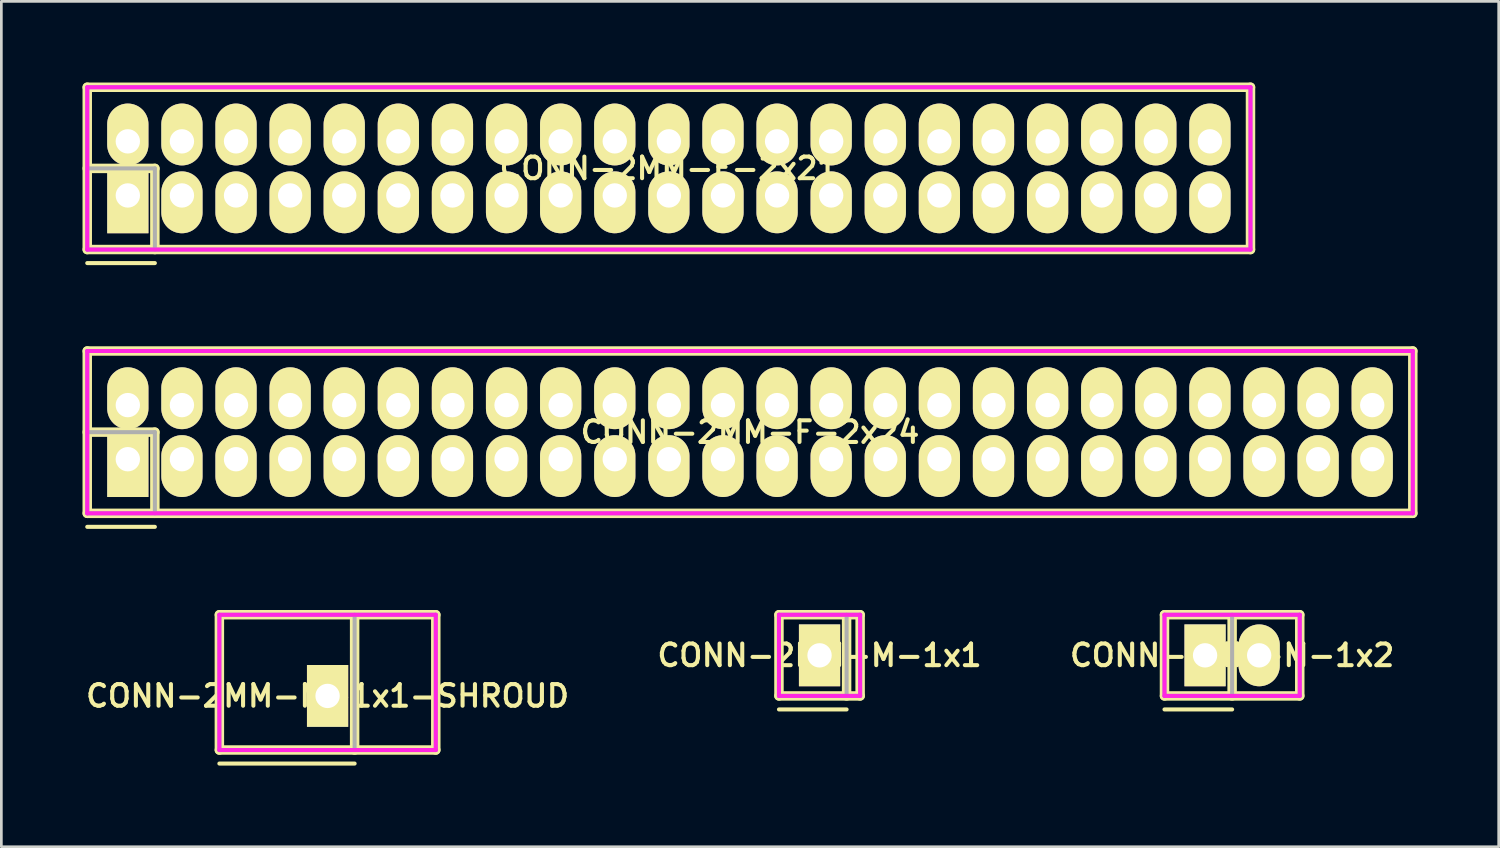
<source format=kicad_pcb>
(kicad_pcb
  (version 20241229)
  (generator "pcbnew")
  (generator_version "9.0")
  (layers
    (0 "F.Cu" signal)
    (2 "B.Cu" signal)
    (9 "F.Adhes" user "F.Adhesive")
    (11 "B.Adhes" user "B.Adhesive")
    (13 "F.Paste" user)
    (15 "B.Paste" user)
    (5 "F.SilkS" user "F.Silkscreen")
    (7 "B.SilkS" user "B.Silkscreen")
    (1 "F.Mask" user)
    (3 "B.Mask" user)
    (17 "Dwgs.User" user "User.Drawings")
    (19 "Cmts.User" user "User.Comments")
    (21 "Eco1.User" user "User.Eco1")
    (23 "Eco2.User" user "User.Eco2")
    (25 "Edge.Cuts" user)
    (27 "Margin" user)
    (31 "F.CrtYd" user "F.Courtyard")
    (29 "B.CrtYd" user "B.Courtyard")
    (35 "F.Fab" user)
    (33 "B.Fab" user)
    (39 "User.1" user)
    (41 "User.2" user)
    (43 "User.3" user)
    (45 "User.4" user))
  (footprint "CONN-2MM-M-1x1-SHROUD"
    (layer "F.Cu")
    (at 9.059 22.675)
    (property "Reference" "CONN-2MM-M-1x1-SHROUD" (at 0 0 0) (layer "F.SilkS") (effects (font (size 0.8 0.8) (thickness 0.15))))
    (attr through_hole)
    (fp_line (start -4 -3) (end 4 -3) (stroke (width 0.35) (type solid)) (layer "F.SilkS"))
    (fp_line (start -4 2) (end -4 -3) (stroke (width 0.35) (type solid)) (layer "F.SilkS"))
    (fp_line (start -4 2.5) (end 1 2.5) (stroke (width 0.15) (type solid)) (layer "F.SilkS"))
    (fp_line (start 1 -3) (end 1 2) (stroke (width 0.35) (type solid)) (layer "F.SilkS"))
    (fp_line (start 4 -3) (end 4 2) (stroke (width 0.35) (type solid)) (layer "F.SilkS"))
    (fp_line (start 4 2) (end -4 2) (stroke (width 0.35) (type solid)) (layer "F.SilkS"))
    (fp_line (start -4 -3) (end 4 -3) (stroke (width 0.15) (type solid)) (layer "F.CrtYd"))
    (fp_line (start -4 2) (end -4 -3) (stroke (width 0.15) (type solid)) (layer "F.CrtYd"))
    (fp_line (start 4 -3) (end 4 2) (stroke (width 0.15) (type solid)) (layer "F.CrtYd"))
    (fp_line (start 4 2) (end -4 2) (stroke (width 0.15) (type solid)) (layer "F.CrtYd"))
    (fp_line (start -4 -3) (end 4 -3) (stroke (width 0.15) (type solid)) (layer "F.Fab"))
    (fp_line (start -4 2) (end -4 -3) (stroke (width 0.15) (type solid)) (layer "F.Fab"))
    (fp_line (start 1 -3) (end 1 2) (stroke (width 0.15) (type solid)) (layer "F.Fab"))
    (fp_line (start 4 -3) (end 4 2) (stroke (width 0.15) (type solid)) (layer "F.Fab"))
    (fp_line (start 4 2) (end -4 2) (stroke (width 0.15) (type solid)) (layer "F.Fab"))
    (pad "1" thru_hole rect (at 0 0) (size 1.524 2.286) (drill 0.9) (layers "*.Cu" "*.Mask" "F.SilkS")))
  (footprint "CONN-2MM-M-1x1"
    (layer "F.Cu")
    (at 27.245 21.175)
    (property "Reference" "CONN-2MM-M-1x1" (at 0 0 0) (layer "F.SilkS") (effects (font (size 0.8 0.8) (thickness 0.15))))
    (attr through_hole)
    (fp_line (start -1.5 -1.5) (end 1.5 -1.5) (stroke (width 0.35) (type solid)) (layer "F.SilkS"))
    (fp_line (start -1.5 1.5) (end -1.5 -1.5) (stroke (width 0.35) (type solid)) (layer "F.SilkS"))
    (fp_line (start -1.5 2) (end 1 2) (stroke (width 0.15) (type solid)) (layer "F.SilkS"))
    (fp_line (start 1 -1.5) (end 1 1.5) (stroke (width 0.35) (type solid)) (layer "F.SilkS"))
    (fp_line (start 1.5 -1.5) (end 1.5 1.5) (stroke (width 0.35) (type solid)) (layer "F.SilkS"))
    (fp_line (start 1.5 1.5) (end -1.5 1.5) (stroke (width 0.35) (type solid)) (layer "F.SilkS"))
    (fp_line (start -1.5 -1.5) (end 1.5 -1.5) (stroke (width 0.15) (type solid)) (layer "F.CrtYd"))
    (fp_line (start -1.5 1.5) (end -1.5 -1.5) (stroke (width 0.15) (type solid)) (layer "F.CrtYd"))
    (fp_line (start 1.5 -1.5) (end 1.5 1.5) (stroke (width 0.15) (type solid)) (layer "F.CrtYd"))
    (fp_line (start 1.5 1.5) (end -1.5 1.5) (stroke (width 0.15) (type solid)) (layer "F.CrtYd"))
    (fp_line (start -1.5 -1.5) (end 1.5 -1.5) (stroke (width 0.15) (type solid)) (layer "F.Fab"))
    (fp_line (start -1.5 1.5) (end -1.5 -1.5) (stroke (width 0.15) (type solid)) (layer "F.Fab"))
    (fp_line (start 1 -1.5) (end 1 1.5) (stroke (width 0.15) (type solid)) (layer "F.Fab"))
    (fp_line (start 1.5 -1.5) (end 1.5 1.5) (stroke (width 0.15) (type solid)) (layer "F.Fab"))
    (fp_line (start 1.5 1.5) (end -1.5 1.5) (stroke (width 0.15) (type solid)) (layer "F.Fab"))
    (pad "1" thru_hole rect (at 0 0) (size 1.524 2.286) (drill 0.9) (layers "*.Cu" "*.Mask" "F.SilkS")))
  (footprint "CONN-2MM-F-2x21"
    (layer "F.Cu")
    (at 21.675 3.175)
    (property "Reference" "CONN-2MM-F-2x21" (at 0 0 0) (layer "F.SilkS") (effects (font (size 0.8 0.8) (thickness 0.15))))
    (attr through_hole)
    (fp_line (start -21.5 -3) (end 21.5 -3) (stroke (width 0.35) (type solid)) (layer "F.SilkS"))
    (fp_line (start -21.5 0) (end -19 0) (stroke (width 0.35) (type solid)) (layer "F.SilkS"))
    (fp_line (start -21.5 3) (end -21.5 -3) (stroke (width 0.35) (type solid)) (layer "F.SilkS"))
    (fp_line (start -21.5 3.5) (end -19 3.5) (stroke (width 0.15) (type solid)) (layer "F.SilkS"))
    (fp_line (start -19 0) (end -19 3) (stroke (width 0.35) (type solid)) (layer "F.SilkS"))
    (fp_line (start 21.5 -3) (end 21.5 3) (stroke (width 0.35) (type solid)) (layer "F.SilkS"))
    (fp_line (start 21.5 3) (end -21.5 3) (stroke (width 0.35) (type solid)) (layer "F.SilkS"))
    (fp_line (start -21.5 -3) (end 21.5 -3) (stroke (width 0.15) (type solid)) (layer "F.CrtYd"))
    (fp_line (start -21.5 3) (end -21.5 -3) (stroke (width 0.15) (type solid)) (layer "F.CrtYd"))
    (fp_line (start 21.5 -3) (end 21.5 3) (stroke (width 0.15) (type solid)) (layer "F.CrtYd"))
    (fp_line (start 21.5 3) (end -21.5 3) (stroke (width 0.15) (type solid)) (layer "F.CrtYd"))
    (fp_line (start -21.5 -3) (end 21.5 -3) (stroke (width 0.15) (type solid)) (layer "F.Fab"))
    (fp_line (start -21.5 0) (end -19 0) (stroke (width 0.15) (type solid)) (layer "F.Fab"))
    (fp_line (start -21.5 3) (end -21.5 -3) (stroke (width 0.15) (type solid)) (layer "F.Fab"))
    (fp_line (start -19 0) (end -19 3) (stroke (width 0.15) (type solid)) (layer "F.Fab"))
    (fp_line (start 21.5 -3) (end 21.5 3) (stroke (width 0.15) (type solid)) (layer "F.Fab"))
    (fp_line (start 21.5 3) (end -21.5 3) (stroke (width 0.15) (type solid)) (layer "F.Fab"))
    (pad "1" thru_hole rect (at -20 1) (size 1.524 2.286) (drill 0.9 (offset 0 0.254)) (layers "*.Cu" "*.Mask" "F.SilkS"))
    (pad "2" thru_hole oval (at -20 -1) (size 1.524 2.286) (drill 0.9 (offset 0 -0.254)) (layers "*.Cu" "*.Mask" "F.SilkS"))
    (pad "3" thru_hole oval (at -18 1) (size 1.524 2.286) (drill 0.9 (offset 0 0.254)) (layers "*.Cu" "*.Mask" "F.SilkS"))
    (pad "4" thru_hole oval (at -18 -1) (size 1.524 2.286) (drill 0.9 (offset 0 -0.254)) (layers "*.Cu" "*.Mask" "F.SilkS"))
    (pad "5" thru_hole oval (at -16 1) (size 1.524 2.286) (drill 0.9 (offset 0 0.254)) (layers "*.Cu" "*.Mask" "F.SilkS"))
    (pad "6" thru_hole oval (at -16 -1) (size 1.524 2.286) (drill 0.9 (offset 0 -0.254)) (layers "*.Cu" "*.Mask" "F.SilkS"))
    (pad "7" thru_hole oval (at -14 1) (size 1.524 2.286) (drill 0.9 (offset 0 0.254)) (layers "*.Cu" "*.Mask" "F.SilkS"))
    (pad "8" thru_hole oval (at -14 -1) (size 1.524 2.286) (drill 0.9 (offset 0 -0.254)) (layers "*.Cu" "*.Mask" "F.SilkS"))
    (pad "9" thru_hole oval (at -12 1) (size 1.524 2.286) (drill 0.9 (offset 0 0.254)) (layers "*.Cu" "*.Mask" "F.SilkS"))
    (pad "10" thru_hole oval (at -12 -1) (size 1.524 2.286) (drill 0.9 (offset 0 -0.254)) (layers "*.Cu" "*.Mask" "F.SilkS"))
    (pad "11" thru_hole oval (at -10 1) (size 1.524 2.286) (drill 0.9 (offset 0 0.254)) (layers "*.Cu" "*.Mask" "F.SilkS"))
    (pad "12" thru_hole oval (at -10 -1) (size 1.524 2.286) (drill 0.9 (offset 0 -0.254)) (layers "*.Cu" "*.Mask" "F.SilkS"))
    (pad "13" thru_hole oval (at -8 1) (size 1.524 2.286) (drill 0.9 (offset 0 0.254)) (layers "*.Cu" "*.Mask" "F.SilkS"))
    (pad "14" thru_hole oval (at -8 -1) (size 1.524 2.286) (drill 0.9 (offset 0 -0.254)) (layers "*.Cu" "*.Mask" "F.SilkS"))
    (pad "15" thru_hole oval (at -6 1) (size 1.524 2.286) (drill 0.9 (offset 0 0.254)) (layers "*.Cu" "*.Mask" "F.SilkS"))
    (pad "16" thru_hole oval (at -6 -1) (size 1.524 2.286) (drill 0.9 (offset 0 -0.254)) (layers "*.Cu" "*.Mask" "F.SilkS"))
    (pad "17" thru_hole oval (at -4 1) (size 1.524 2.286) (drill 0.9 (offset 0 0.254)) (layers "*.Cu" "*.Mask" "F.SilkS"))
    (pad "18" thru_hole oval (at -4 -1) (size 1.524 2.286) (drill 0.9 (offset 0 -0.254)) (layers "*.Cu" "*.Mask" "F.SilkS"))
    (pad "19" thru_hole oval (at -2 1) (size 1.524 2.286) (drill 0.9 (offset 0 0.254)) (layers "*.Cu" "*.Mask" "F.SilkS"))
    (pad "20" thru_hole oval (at -2 -1) (size 1.524 2.286) (drill 0.9 (offset 0 -0.254)) (layers "*.Cu" "*.Mask" "F.SilkS"))
    (pad "21" thru_hole oval (at 0 1) (size 1.524 2.286) (drill 0.9 (offset 0 0.254)) (layers "*.Cu" "*.Mask" "F.SilkS"))
    (pad "22" thru_hole oval (at 0 -1) (size 1.524 2.286) (drill 0.9 (offset 0 -0.254)) (layers "*.Cu" "*.Mask" "F.SilkS"))
    (pad "23" thru_hole oval (at 2 1) (size 1.524 2.286) (drill 0.9 (offset 0 0.254)) (layers "*.Cu" "*.Mask" "F.SilkS"))
    (pad "24" thru_hole oval (at 2 -1) (size 1.524 2.286) (drill 0.9 (offset 0 -0.254)) (layers "*.Cu" "*.Mask" "F.SilkS"))
    (pad "25" thru_hole oval (at 4 1) (size 1.524 2.286) (drill 0.9 (offset 0 0.254)) (layers "*.Cu" "*.Mask" "F.SilkS"))
    (pad "26" thru_hole oval (at 4 -1) (size 1.524 2.286) (drill 0.9 (offset 0 -0.254)) (layers "*.Cu" "*.Mask" "F.SilkS"))
    (pad "27" thru_hole oval (at 6 1) (size 1.524 2.286) (drill 0.9 (offset 0 0.254)) (layers "*.Cu" "*.Mask" "F.SilkS"))
    (pad "28" thru_hole oval (at 6 -1) (size 1.524 2.286) (drill 0.9 (offset 0 -0.254)) (layers "*.Cu" "*.Mask" "F.SilkS"))
    (pad "29" thru_hole oval (at 8 1) (size 1.524 2.286) (drill 0.9 (offset 0 0.254)) (layers "*.Cu" "*.Mask" "F.SilkS"))
    (pad "30" thru_hole oval (at 8 -1) (size 1.524 2.286) (drill 0.9 (offset 0 -0.254)) (layers "*.Cu" "*.Mask" "F.SilkS"))
    (pad "31" thru_hole oval (at 10 1) (size 1.524 2.286) (drill 0.9 (offset 0 0.254)) (layers "*.Cu" "*.Mask" "F.SilkS"))
    (pad "32" thru_hole oval (at 10 -1) (size 1.524 2.286) (drill 0.9 (offset 0 -0.254)) (layers "*.Cu" "*.Mask" "F.SilkS"))
    (pad "33" thru_hole oval (at 12 1) (size 1.524 2.286) (drill 0.9 (offset 0 0.254)) (layers "*.Cu" "*.Mask" "F.SilkS"))
    (pad "34" thru_hole oval (at 12 -1) (size 1.524 2.286) (drill 0.9 (offset 0 -0.254)) (layers "*.Cu" "*.Mask" "F.SilkS"))
    (pad "35" thru_hole oval (at 14 1) (size 1.524 2.286) (drill 0.9 (offset 0 0.254)) (layers "*.Cu" "*.Mask" "F.SilkS"))
    (pad "36" thru_hole oval (at 14 -1) (size 1.524 2.286) (drill 0.9 (offset 0 -0.254)) (layers "*.Cu" "*.Mask" "F.SilkS"))
    (pad "37" thru_hole oval (at 16 1) (size 1.524 2.286) (drill 0.9 (offset 0 0.254)) (layers "*.Cu" "*.Mask" "F.SilkS"))
    (pad "38" thru_hole oval (at 16 -1) (size 1.524 2.286) (drill 0.9 (offset 0 -0.254)) (layers "*.Cu" "*.Mask" "F.SilkS"))
    (pad "39" thru_hole oval (at 18 1) (size 1.524 2.286) (drill 0.9 (offset 0 0.254)) (layers "*.Cu" "*.Mask" "F.SilkS"))
    (pad "40" thru_hole oval (at 18 -1) (size 1.524 2.286) (drill 0.9 (offset 0 -0.254)) (layers "*.Cu" "*.Mask" "F.SilkS"))
    (pad "41" thru_hole oval (at 20 1) (size 1.524 2.286) (drill 0.9 (offset 0 0.254)) (layers "*.Cu" "*.Mask" "F.SilkS"))
    (pad "42" thru_hole oval (at 20 -1) (size 1.524 2.286) (drill 0.9 (offset 0 -0.254)) (layers "*.Cu" "*.Mask" "F.SilkS")))
  (footprint "CONN-2MM-M-1x2"
    (layer "F.Cu")
    (at 42.496 21.175)
    (property "Reference" "CONN-2MM-M-1x2" (at 0 0 0) (layer "F.SilkS") (effects (font (size 0.8 0.8) (thickness 0.15))))
    (attr through_hole)
    (fp_line (start -2.5 -1.5) (end 2.5 -1.5) (stroke (width 0.35) (type solid)) (layer "F.SilkS"))
    (fp_line (start -2.5 1.5) (end -2.5 -1.5) (stroke (width 0.35) (type solid)) (layer "F.SilkS"))
    (fp_line (start -2.5 2) (end 0 2) (stroke (width 0.15) (type solid)) (layer "F.SilkS"))
    (fp_line (start 0 -1.5) (end 0 1.5) (stroke (width 0.35) (type solid)) (layer "F.SilkS"))
    (fp_line (start 2.5 -1.5) (end 2.5 1.5) (stroke (width 0.35) (type solid)) (layer "F.SilkS"))
    (fp_line (start 2.5 1.5) (end -2.5 1.5) (stroke (width 0.35) (type solid)) (layer "F.SilkS"))
    (fp_line (start -2.5 -1.5) (end 2.5 -1.5) (stroke (width 0.15) (type solid)) (layer "F.CrtYd"))
    (fp_line (start -2.5 1.5) (end -2.5 -1.5) (stroke (width 0.15) (type solid)) (layer "F.CrtYd"))
    (fp_line (start 2.5 -1.5) (end 2.5 1.5) (stroke (width 0.15) (type solid)) (layer "F.CrtYd"))
    (fp_line (start 2.5 1.5) (end -2.5 1.5) (stroke (width 0.15) (type solid)) (layer "F.CrtYd"))
    (fp_line (start -2.5 -1.5) (end 2.5 -1.5) (stroke (width 0.15) (type solid)) (layer "F.Fab"))
    (fp_line (start -2.5 1.5) (end -2.5 -1.5) (stroke (width 0.15) (type solid)) (layer "F.Fab"))
    (fp_line (start 0 -1.5) (end 0 1.5) (stroke (width 0.15) (type solid)) (layer "F.Fab"))
    (fp_line (start 2.5 -1.5) (end 2.5 1.5) (stroke (width 0.15) (type solid)) (layer "F.Fab"))
    (fp_line (start 2.5 1.5) (end -2.5 1.5) (stroke (width 0.15) (type solid)) (layer "F.Fab"))
    (pad "1" thru_hole rect (at -1 0) (size 1.524 2.286) (drill 0.9) (layers "*.Cu" "*.Mask" "F.SilkS"))
    (pad "2" thru_hole oval (at 1 0) (size 1.524 2.286) (drill 0.9) (layers "*.Cu" "*.Mask" "F.SilkS")))
  (footprint "CONN-2MM-F-2x24"
    (layer "F.Cu")
    (at 24.675 12.925)
    (property "Reference" "CONN-2MM-F-2x24" (at 0 0 0) (layer "F.SilkS") (effects (font (size 0.8 0.8) (thickness 0.15))))
    (attr through_hole)
    (fp_line (start -24.5 -3) (end 24.5 -3) (stroke (width 0.35) (type solid)) (layer "F.SilkS"))
    (fp_line (start -24.5 0) (end -22 0) (stroke (width 0.35) (type solid)) (layer "F.SilkS"))
    (fp_line (start -24.5 3) (end -24.5 -3) (stroke (width 0.35) (type solid)) (layer "F.SilkS"))
    (fp_line (start -24.5 3.5) (end -22 3.5) (stroke (width 0.15) (type solid)) (layer "F.SilkS"))
    (fp_line (start -22 0) (end -22 3) (stroke (width 0.35) (type solid)) (layer "F.SilkS"))
    (fp_line (start 24.5 -3) (end 24.5 3) (stroke (width 0.35) (type solid)) (layer "F.SilkS"))
    (fp_line (start 24.5 3) (end -24.5 3) (stroke (width 0.35) (type solid)) (layer "F.SilkS"))
    (fp_line (start -24.5 -3) (end 24.5 -3) (stroke (width 0.15) (type solid)) (layer "F.CrtYd"))
    (fp_line (start -24.5 3) (end -24.5 -3) (stroke (width 0.15) (type solid)) (layer "F.CrtYd"))
    (fp_line (start 24.5 -3) (end 24.5 3) (stroke (width 0.15) (type solid)) (layer "F.CrtYd"))
    (fp_line (start 24.5 3) (end -24.5 3) (stroke (width 0.15) (type solid)) (layer "F.CrtYd"))
    (fp_line (start -24.5 -3) (end 24.5 -3) (stroke (width 0.15) (type solid)) (layer "F.Fab"))
    (fp_line (start -24.5 0) (end -22 0) (stroke (width 0.15) (type solid)) (layer "F.Fab"))
    (fp_line (start -24.5 3) (end -24.5 -3) (stroke (width 0.15) (type solid)) (layer "F.Fab"))
    (fp_line (start -22 0) (end -22 3) (stroke (width 0.15) (type solid)) (layer "F.Fab"))
    (fp_line (start 24.5 -3) (end 24.5 3) (stroke (width 0.15) (type solid)) (layer "F.Fab"))
    (fp_line (start 24.5 3) (end -24.5 3) (stroke (width 0.15) (type solid)) (layer "F.Fab"))
    (pad "1" thru_hole rect (at -23 1) (size 1.524 2.286) (drill 0.9 (offset 0 0.254)) (layers "*.Cu" "*.Mask" "F.SilkS"))
    (pad "2" thru_hole oval (at -23 -1) (size 1.524 2.286) (drill 0.9 (offset 0 -0.254)) (layers "*.Cu" "*.Mask" "F.SilkS"))
    (pad "3" thru_hole oval (at -21 1) (size 1.524 2.286) (drill 0.9 (offset 0 0.254)) (layers "*.Cu" "*.Mask" "F.SilkS"))
    (pad "4" thru_hole oval (at -21 -1) (size 1.524 2.286) (drill 0.9 (offset 0 -0.254)) (layers "*.Cu" "*.Mask" "F.SilkS"))
    (pad "5" thru_hole oval (at -19 1) (size 1.524 2.286) (drill 0.9 (offset 0 0.254)) (layers "*.Cu" "*.Mask" "F.SilkS"))
    (pad "6" thru_hole oval (at -19 -1) (size 1.524 2.286) (drill 0.9 (offset 0 -0.254)) (layers "*.Cu" "*.Mask" "F.SilkS"))
    (pad "7" thru_hole oval (at -17 1) (size 1.524 2.286) (drill 0.9 (offset 0 0.254)) (layers "*.Cu" "*.Mask" "F.SilkS"))
    (pad "8" thru_hole oval (at -17 -1) (size 1.524 2.286) (drill 0.9 (offset 0 -0.254)) (layers "*.Cu" "*.Mask" "F.SilkS"))
    (pad "9" thru_hole oval (at -15 1) (size 1.524 2.286) (drill 0.9 (offset 0 0.254)) (layers "*.Cu" "*.Mask" "F.SilkS"))
    (pad "10" thru_hole oval (at -15 -1) (size 1.524 2.286) (drill 0.9 (offset 0 -0.254)) (layers "*.Cu" "*.Mask" "F.SilkS"))
    (pad "11" thru_hole oval (at -13 1) (size 1.524 2.286) (drill 0.9 (offset 0 0.254)) (layers "*.Cu" "*.Mask" "F.SilkS"))
    (pad "12" thru_hole oval (at -13 -1) (size 1.524 2.286) (drill 0.9 (offset 0 -0.254)) (layers "*.Cu" "*.Mask" "F.SilkS"))
    (pad "13" thru_hole oval (at -11 1) (size 1.524 2.286) (drill 0.9 (offset 0 0.254)) (layers "*.Cu" "*.Mask" "F.SilkS"))
    (pad "14" thru_hole oval (at -11 -1) (size 1.524 2.286) (drill 0.9 (offset 0 -0.254)) (layers "*.Cu" "*.Mask" "F.SilkS"))
    (pad "15" thru_hole oval (at -9 1) (size 1.524 2.286) (drill 0.9 (offset 0 0.254)) (layers "*.Cu" "*.Mask" "F.SilkS"))
    (pad "16" thru_hole oval (at -9 -1) (size 1.524 2.286) (drill 0.9 (offset 0 -0.254)) (layers "*.Cu" "*.Mask" "F.SilkS"))
    (pad "17" thru_hole oval (at -7 1) (size 1.524 2.286) (drill 0.9 (offset 0 0.254)) (layers "*.Cu" "*.Mask" "F.SilkS"))
    (pad "18" thru_hole oval (at -7 -1) (size 1.524 2.286) (drill 0.9 (offset 0 -0.254)) (layers "*.Cu" "*.Mask" "F.SilkS"))
    (pad "19" thru_hole oval (at -5 1) (size 1.524 2.286) (drill 0.9 (offset 0 0.254)) (layers "*.Cu" "*.Mask" "F.SilkS"))
    (pad "20" thru_hole oval (at -5 -1) (size 1.524 2.286) (drill 0.9 (offset 0 -0.254)) (layers "*.Cu" "*.Mask" "F.SilkS"))
    (pad "21" thru_hole oval (at -3 1) (size 1.524 2.286) (drill 0.9 (offset 0 0.254)) (layers "*.Cu" "*.Mask" "F.SilkS"))
    (pad "22" thru_hole oval (at -3 -1) (size 1.524 2.286) (drill 0.9 (offset 0 -0.254)) (layers "*.Cu" "*.Mask" "F.SilkS"))
    (pad "23" thru_hole oval (at -1 1) (size 1.524 2.286) (drill 0.9 (offset 0 0.254)) (layers "*.Cu" "*.Mask" "F.SilkS"))
    (pad "24" thru_hole oval (at -1 -1) (size 1.524 2.286) (drill 0.9 (offset 0 -0.254)) (layers "*.Cu" "*.Mask" "F.SilkS"))
    (pad "25" thru_hole oval (at 1 1) (size 1.524 2.286) (drill 0.9 (offset 0 0.254)) (layers "*.Cu" "*.Mask" "F.SilkS"))
    (pad "26" thru_hole oval (at 1 -1) (size 1.524 2.286) (drill 0.9 (offset 0 -0.254)) (layers "*.Cu" "*.Mask" "F.SilkS"))
    (pad "27" thru_hole oval (at 3 1) (size 1.524 2.286) (drill 0.9 (offset 0 0.254)) (layers "*.Cu" "*.Mask" "F.SilkS"))
    (pad "28" thru_hole oval (at 3 -1) (size 1.524 2.286) (drill 0.9 (offset 0 -0.254)) (layers "*.Cu" "*.Mask" "F.SilkS"))
    (pad "29" thru_hole oval (at 5 1) (size 1.524 2.286) (drill 0.9 (offset 0 0.254)) (layers "*.Cu" "*.Mask" "F.SilkS"))
    (pad "30" thru_hole oval (at 5 -1) (size 1.524 2.286) (drill 0.9 (offset 0 -0.254)) (layers "*.Cu" "*.Mask" "F.SilkS"))
    (pad "31" thru_hole oval (at 7 1) (size 1.524 2.286) (drill 0.9 (offset 0 0.254)) (layers "*.Cu" "*.Mask" "F.SilkS"))
    (pad "32" thru_hole oval (at 7 -1) (size 1.524 2.286) (drill 0.9 (offset 0 -0.254)) (layers "*.Cu" "*.Mask" "F.SilkS"))
    (pad "33" thru_hole oval (at 9 1) (size 1.524 2.286) (drill 0.9 (offset 0 0.254)) (layers "*.Cu" "*.Mask" "F.SilkS"))
    (pad "34" thru_hole oval (at 9 -1) (size 1.524 2.286) (drill 0.9 (offset 0 -0.254)) (layers "*.Cu" "*.Mask" "F.SilkS"))
    (pad "35" thru_hole oval (at 11 1) (size 1.524 2.286) (drill 0.9 (offset 0 0.254)) (layers "*.Cu" "*.Mask" "F.SilkS"))
    (pad "36" thru_hole oval (at 11 -1) (size 1.524 2.286) (drill 0.9 (offset 0 -0.254)) (layers "*.Cu" "*.Mask" "F.SilkS"))
    (pad "37" thru_hole oval (at 13 1) (size 1.524 2.286) (drill 0.9 (offset 0 0.254)) (layers "*.Cu" "*.Mask" "F.SilkS"))
    (pad "38" thru_hole oval (at 13 -1) (size 1.524 2.286) (drill 0.9 (offset 0 -0.254)) (layers "*.Cu" "*.Mask" "F.SilkS"))
    (pad "39" thru_hole oval (at 15 1) (size 1.524 2.286) (drill 0.9 (offset 0 0.254)) (layers "*.Cu" "*.Mask" "F.SilkS"))
    (pad "40" thru_hole oval (at 15 -1) (size 1.524 2.286) (drill 0.9 (offset 0 -0.254)) (layers "*.Cu" "*.Mask" "F.SilkS"))
    (pad "41" thru_hole oval (at 17 1) (size 1.524 2.286) (drill 0.9 (offset 0 0.254)) (layers "*.Cu" "*.Mask" "F.SilkS"))
    (pad "42" thru_hole oval (at 17 -1) (size 1.524 2.286) (drill 0.9 (offset 0 -0.254)) (layers "*.Cu" "*.Mask" "F.SilkS"))
    (pad "43" thru_hole oval (at 19 1) (size 1.524 2.286) (drill 0.9 (offset 0 0.254)) (layers "*.Cu" "*.Mask" "F.SilkS"))
    (pad "44" thru_hole oval (at 19 -1) (size 1.524 2.286) (drill 0.9 (offset 0 -0.254)) (layers "*.Cu" "*.Mask" "F.SilkS"))
    (pad "45" thru_hole oval (at 21 1) (size 1.524 2.286) (drill 0.9 (offset 0 0.254)) (layers "*.Cu" "*.Mask" "F.SilkS"))
    (pad "46" thru_hole oval (at 21 -1) (size 1.524 2.286) (drill 0.9 (offset 0 -0.254)) (layers "*.Cu" "*.Mask" "F.SilkS"))
    (pad "47" thru_hole oval (at 23 1) (size 1.524 2.286) (drill 0.9 (offset 0 0.254)) (layers "*.Cu" "*.Mask" "F.SilkS"))
    (pad "48" thru_hole oval (at 23 -1) (size 1.524 2.286) (drill 0.9 (offset 0 -0.254)) (layers "*.Cu" "*.Mask" "F.SilkS")))
  (gr_rect
    (start -3 -3)
    (end 52.35 28.25)
    (stroke (width 0.1) (type default))
    (fill no)
    (layer "Edge.Cuts")))
</source>
